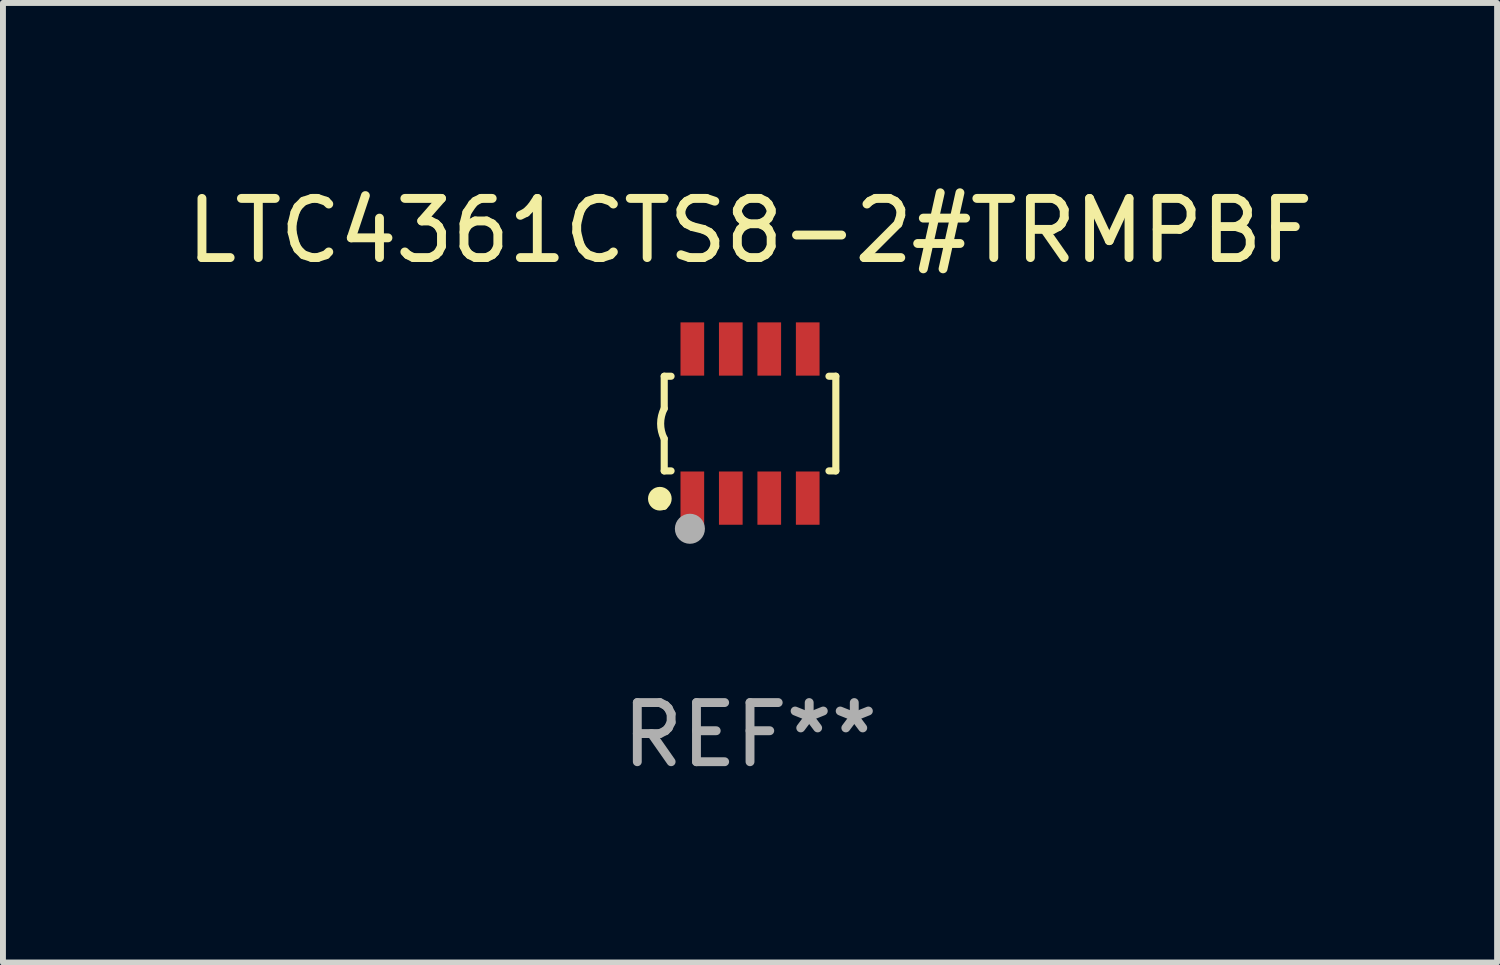
<source format=kicad_pcb>
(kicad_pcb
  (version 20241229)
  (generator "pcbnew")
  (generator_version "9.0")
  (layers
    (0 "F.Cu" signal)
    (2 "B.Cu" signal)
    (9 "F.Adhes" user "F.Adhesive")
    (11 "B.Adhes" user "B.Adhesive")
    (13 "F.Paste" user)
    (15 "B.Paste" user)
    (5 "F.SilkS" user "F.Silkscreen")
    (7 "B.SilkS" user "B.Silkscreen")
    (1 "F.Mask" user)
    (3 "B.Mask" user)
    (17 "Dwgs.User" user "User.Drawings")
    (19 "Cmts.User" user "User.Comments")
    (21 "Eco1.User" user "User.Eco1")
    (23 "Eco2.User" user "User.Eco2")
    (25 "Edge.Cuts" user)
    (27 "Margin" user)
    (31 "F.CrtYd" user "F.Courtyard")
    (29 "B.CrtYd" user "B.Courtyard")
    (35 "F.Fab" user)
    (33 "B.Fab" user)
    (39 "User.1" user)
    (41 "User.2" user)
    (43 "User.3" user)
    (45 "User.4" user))
  (footprint "LTC4361CTS8-2#TRMPBF"
    (layer "F.Cu")
    (at 9.625 4.108)
    (property "Reference" "LTC4361CTS8-2#TRMPBF" (at 0 -3.26 0) (layer "F.SilkS") (effects (font (size 1 1) (thickness 0.15))))
    (attr through_hole)
    (fp_line (start -1.45 -0.8) (end -1.45 -0.254) (stroke (width 0.12) (type solid)) (layer "F.SilkS"))
    (fp_line (start -1.45 -0.8) (end -1.334 -0.8) (stroke (width 0.12) (type solid)) (layer "F.SilkS"))
    (fp_line (start -1.45 0.8) (end -1.45 0.254) (stroke (width 0.12) (type solid)) (layer "F.SilkS"))
    (fp_line (start -1.45 0.8) (end -1.334 0.8) (stroke (width 0.12) (type solid)) (layer "F.SilkS"))
    (fp_line (start 1.334 -0.8) (end 1.45 -0.8) (stroke (width 0.12) (type solid)) (layer "F.SilkS"))
    (fp_line (start 1.334 0.8) (end 1.45 0.8) (stroke (width 0.12) (type solid)) (layer "F.SilkS"))
    (fp_line (start 1.45 0.8) (end 1.45 -0.8) (stroke (width 0.12) (type solid)) (layer "F.SilkS"))
    (fp_arc (start -1.45075 0.255144) (mid -1.510605 0.000434) (end -1.450013 -0.254102) (stroke (width 0.11999) (type solid)) (layer "F.SilkS"))
    (fp_circle (center -1.524 1.27) (end -1.424 1.27) (stroke (width 0.2) (type solid)) (fill no) (layer "F.SilkS"))
    (fp_circle (center -1.45 1.4) (end -1.42 1.4) (stroke (width 0.06) (type solid)) (fill no) (layer "F.SilkS"))
    (fp_circle (center -1.016 1.778) (end -0.889 1.778) (stroke (width 0.254) (type solid)) (fill no) (layer "F.Fab"))
    (fp_text user "REF**" (at 0 5.26 0) (layer "F.Fab") (effects (font (size 1 1) (thickness 0.15))))
    (pad "1" smd rect (at -0.975 1.26) (size 0.4 0.9) (layers "F.Cu" "F.Mask" "F.Paste"))
    (pad "2" smd rect (at -0.325 1.26) (size 0.4 0.9) (layers "F.Cu" "F.Mask" "F.Paste"))
    (pad "3" smd rect (at 0.325 1.26) (size 0.4 0.9) (layers "F.Cu" "F.Mask" "F.Paste"))
    (pad "4" smd rect (at 0.975 1.26) (size 0.4 0.9) (layers "F.Cu" "F.Mask" "F.Paste"))
    (pad "5" smd rect (at 0.975 -1.26) (size 0.4 0.9) (layers "F.Cu" "F.Mask" "F.Paste"))
    (pad "6" smd rect (at 0.325 -1.26) (size 0.4 0.9) (layers "F.Cu" "F.Mask" "F.Paste"))
    (pad "7" smd rect (at -0.325 -1.26) (size 0.4 0.9) (layers "F.Cu" "F.Mask" "F.Paste"))
    (pad "8" smd rect (at -0.975 -1.26) (size 0.4 0.9) (layers "F.Cu" "F.Mask" "F.Paste")))
  (gr_rect
    (start -3 -3)
    (end 22.25 13.216)
    (stroke (width 0.1) (type default))
    (fill no)
    (layer "Edge.Cuts")))
</source>
